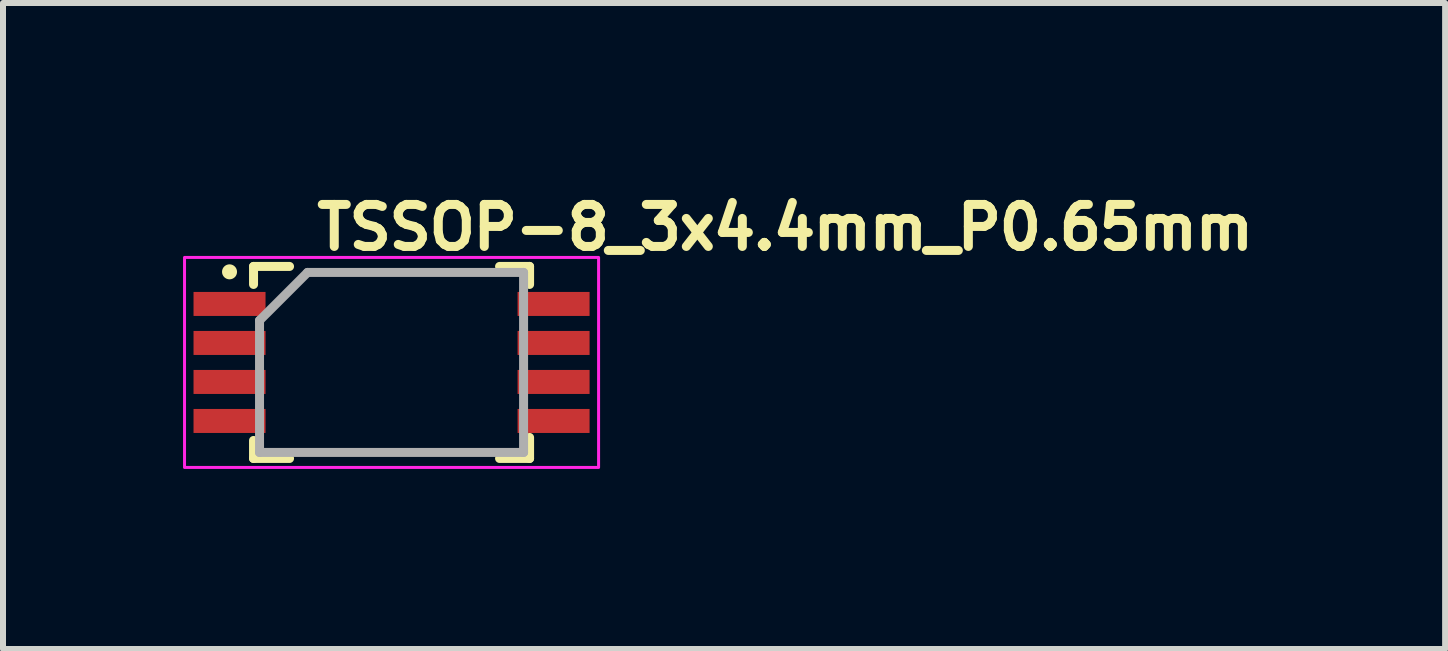
<source format=kicad_pcb>
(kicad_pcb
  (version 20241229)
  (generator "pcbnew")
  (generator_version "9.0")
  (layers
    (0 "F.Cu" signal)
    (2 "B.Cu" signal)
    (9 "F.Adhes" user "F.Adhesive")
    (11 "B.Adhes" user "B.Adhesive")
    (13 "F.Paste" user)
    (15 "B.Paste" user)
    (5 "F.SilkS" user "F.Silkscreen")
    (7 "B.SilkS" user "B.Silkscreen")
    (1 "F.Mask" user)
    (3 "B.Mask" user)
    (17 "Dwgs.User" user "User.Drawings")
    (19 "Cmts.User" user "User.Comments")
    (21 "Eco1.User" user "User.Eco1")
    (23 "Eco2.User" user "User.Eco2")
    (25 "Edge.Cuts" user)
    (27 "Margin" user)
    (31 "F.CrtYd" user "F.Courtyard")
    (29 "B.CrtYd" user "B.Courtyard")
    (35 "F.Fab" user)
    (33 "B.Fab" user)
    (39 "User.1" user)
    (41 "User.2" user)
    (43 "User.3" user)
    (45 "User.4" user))
  (footprint "TSSOP-8_3x4.4mm_P0.65mm"
    (layer "F.Cu")
    (at 3.475 2.99)
    (property "Reference" "TSSOP-8_3x4.4mm_P0.65mm" (at -1.32 -1.84 0) (layer "F.SilkS") (effects (font (size 0.7 0.7) (thickness 0.15)) (justify left bottom)))
    (attr smd)
    (fp_line (start -2.3 -1.6) (end -1.7 -1.6) (stroke (width 0.15) (type solid)) (layer "F.SilkS"))
    (fp_line (start -2.3 -1.3) (end -2.3 -1.6) (stroke (width 0.15) (type solid)) (layer "F.SilkS"))
    (fp_line (start -2.3 1.3) (end -2.3 1.6) (stroke (width 0.15) (type solid)) (layer "F.SilkS"))
    (fp_line (start -2.3 1.6) (end -1.7 1.6) (stroke (width 0.15) (type solid)) (layer "F.SilkS"))
    (fp_line (start 2.3 -1.6) (end 1.8 -1.6) (stroke (width 0.15) (type solid)) (layer "F.SilkS"))
    (fp_line (start 2.3 -1.3) (end 2.3 -1.6) (stroke (width 0.15) (type solid)) (layer "F.SilkS"))
    (fp_line (start 2.3 1.25) (end 2.3 1.6) (stroke (width 0.15) (type solid)) (layer "F.SilkS"))
    (fp_line (start 2.3 1.6) (end 1.8 1.6) (stroke (width 0.15) (type solid)) (layer "F.SilkS"))
    (fp_circle (center -2.7 -1.51) (end -2.65 -1.51) (stroke (width 0.15) (type solid)) (fill yes) (layer "F.SilkS"))
    (fp_rect (start -3.45 -1.75) (end 3.45 1.75) (stroke (width 0.05) (type solid)) (fill no) (layer "F.CrtYd"))
    (fp_line (start -2.2 -0.7) (end -2.2 1.5) (stroke (width 0.15) (type solid)) (layer "F.Fab"))
    (fp_line (start -2.2 -0.7) (end -1.4 -1.5) (stroke (width 0.15) (type solid)) (layer "F.Fab"))
    (fp_line (start -2.2 1.5) (end 2.2 1.5) (stroke (width 0.15) (type solid)) (layer "F.Fab"))
    (fp_line (start -1.4 -1.5) (end 2.2 -1.5) (stroke (width 0.15) (type solid)) (layer "F.Fab"))
    (fp_line (start 2.2 -1.5) (end 2.2 1.5) (stroke (width 0.15) (type solid)) (layer "F.Fab"))
    (fp_rect (start -3.2 -1.5) (end 3.2 1.5) (stroke (width 0.1) (type solid)) (fill no) (layer "User.5"))
    (fp_line (start -3.2 -1.1) (end -3.2 -0.85) (stroke (width 0.02) (type solid)) (layer "User.9"))
    (fp_line (start -3.2 -1.1) (end -2.698 -1.1) (stroke (width 0.02) (type solid)) (layer "User.9"))
    (fp_line (start -3.2 -0.45) (end -3.2 -0.2) (stroke (width 0.02) (type solid)) (layer "User.9"))
    (fp_line (start -3.2 -0.45) (end -2.698 -0.45) (stroke (width 0.02) (type solid)) (layer "User.9"))
    (fp_line (start -3.2 0.2) (end -3.2 0.45) (stroke (width 0.02) (type solid)) (layer "User.9"))
    (fp_line (start -3.2 0.2) (end -2.698 0.2) (stroke (width 0.02) (type solid)) (layer "User.9"))
    (fp_line (start -3.2 0.85) (end -3.2 1.1) (stroke (width 0.02) (type solid)) (layer "User.9"))
    (fp_line (start -3.2 0.85) (end -2.698 0.85) (stroke (width 0.02) (type solid)) (layer "User.9"))
    (fp_line (start -2.698 -1.1) (end -2.625 -1.1) (stroke (width 0.02) (type solid)) (layer "User.9"))
    (fp_line (start -2.698 -0.85) (end -3.2 -0.85) (stroke (width 0.02) (type solid)) (layer "User.9"))
    (fp_line (start -2.698 -0.45) (end -2.625 -0.45) (stroke (width 0.02) (type solid)) (layer "User.9"))
    (fp_line (start -2.698 -0.2) (end -3.2 -0.2) (stroke (width 0.02) (type solid)) (layer "User.9"))
    (fp_line (start -2.698 0.2) (end -2.625 0.2) (stroke (width 0.02) (type solid)) (layer "User.9"))
    (fp_line (start -2.698 0.45) (end -3.2 0.45) (stroke (width 0.02) (type solid)) (layer "User.9"))
    (fp_line (start -2.698 0.85) (end -2.625 0.85) (stroke (width 0.02) (type solid)) (layer "User.9"))
    (fp_line (start -2.698 1.1) (end -3.2 1.1) (stroke (width 0.02) (type solid)) (layer "User.9"))
    (fp_line (start -2.625 -1.1) (end -2.509 -1.1) (stroke (width 0.02) (type solid)) (layer "User.9"))
    (fp_line (start -2.625 -0.85) (end -2.698 -0.85) (stroke (width 0.02) (type solid)) (layer "User.9"))
    (fp_line (start -2.625 -0.45) (end -2.509 -0.45) (stroke (width 0.02) (type solid)) (layer "User.9"))
    (fp_line (start -2.625 -0.2) (end -2.698 -0.2) (stroke (width 0.02) (type solid)) (layer "User.9"))
    (fp_line (start -2.625 0.2) (end -2.509 0.2) (stroke (width 0.02) (type solid)) (layer "User.9"))
    (fp_line (start -2.625 0.45) (end -2.698 0.45) (stroke (width 0.02) (type solid)) (layer "User.9"))
    (fp_line (start -2.625 0.85) (end -2.509 0.85) (stroke (width 0.02) (type solid)) (layer "User.9"))
    (fp_line (start -2.625 1.1) (end -2.698 1.1) (stroke (width 0.02) (type solid)) (layer "User.9"))
    (fp_line (start -2.509 -0.85) (end -2.625 -0.85) (stroke (width 0.02) (type solid)) (layer "User.9"))
    (fp_line (start -2.509 -0.2) (end -2.625 -0.2) (stroke (width 0.02) (type solid)) (layer "User.9"))
    (fp_line (start -2.509 0.45) (end -2.625 0.45) (stroke (width 0.02) (type solid)) (layer "User.9"))
    (fp_line (start -2.509 1.1) (end -2.625 1.1) (stroke (width 0.02) (type solid)) (layer "User.9"))
    (fp_line (start -2.364 -1.1) (end -2.509 -1.1) (stroke (width 0.02) (type solid)) (layer "User.9"))
    (fp_line (start -2.364 -1.1) (end -2.1 -1.1) (stroke (width 0.02) (type solid)) (layer "User.9"))
    (fp_line (start -2.364 -0.85) (end -2.509 -0.85) (stroke (width 0.02) (type solid)) (layer "User.9"))
    (fp_line (start -2.364 -0.45) (end -2.509 -0.45) (stroke (width 0.02) (type solid)) (layer "User.9"))
    (fp_line (start -2.364 -0.45) (end -2.1 -0.45) (stroke (width 0.02) (type solid)) (layer "User.9"))
    (fp_line (start -2.364 -0.2) (end -2.509 -0.2) (stroke (width 0.02) (type solid)) (layer "User.9"))
    (fp_line (start -2.364 0.2) (end -2.509 0.2) (stroke (width 0.02) (type solid)) (layer "User.9"))
    (fp_line (start -2.364 0.2) (end -2.1 0.2) (stroke (width 0.02) (type solid)) (layer "User.9"))
    (fp_line (start -2.364 0.45) (end -2.509 0.45) (stroke (width 0.02) (type solid)) (layer "User.9"))
    (fp_line (start -2.364 0.85) (end -2.509 0.85) (stroke (width 0.02) (type solid)) (layer "User.9"))
    (fp_line (start -2.364 0.85) (end -2.1 0.85) (stroke (width 0.02) (type solid)) (layer "User.9"))
    (fp_line (start -2.364 1.1) (end -2.509 1.1) (stroke (width 0.02) (type solid)) (layer "User.9"))
    (fp_line (start -2.2 -1.5) (end -2.1 -1.4) (stroke (width 0.02) (type solid)) (layer "User.9"))
    (fp_line (start -2.2 -1.5) (end 2.2 -1.5) (stroke (width 0.02) (type solid)) (layer "User.9"))
    (fp_line (start -2.2 -1.1) (end -2.2 -1.5) (stroke (width 0.02) (type solid)) (layer "User.9"))
    (fp_line (start -2.2 -0.45) (end -2.2 -0.85) (stroke (width 0.02) (type solid)) (layer "User.9"))
    (fp_line (start -2.2 0.2) (end -2.2 -0.2) (stroke (width 0.02) (type solid)) (layer "User.9"))
    (fp_line (start -2.2 0.85) (end -2.2 0.45) (stroke (width 0.02) (type solid)) (layer "User.9"))
    (fp_line (start -2.2 1.5) (end -2.2 1.1) (stroke (width 0.02) (type solid)) (layer "User.9"))
    (fp_line (start -2.2 1.5) (end -2.1 1.4) (stroke (width 0.02) (type solid)) (layer "User.9"))
    (fp_line (start -2.1 -1.4) (end 2.1 -1.4) (stroke (width 0.02) (type solid)) (layer "User.9"))
    (fp_line (start -2.1 -0.85) (end -2.364 -0.85) (stroke (width 0.02) (type solid)) (layer "User.9"))
    (fp_line (start -2.1 -0.2) (end -2.364 -0.2) (stroke (width 0.02) (type solid)) (layer "User.9"))
    (fp_line (start -2.1 0.45) (end -2.364 0.45) (stroke (width 0.02) (type solid)) (layer "User.9"))
    (fp_line (start -2.1 1.1) (end -2.364 1.1) (stroke (width 0.02) (type solid)) (layer "User.9"))
    (fp_line (start -2.1 1.4) (end -2.1 -1.4) (stroke (width 0.02) (type solid)) (layer "User.9"))
    (fp_line (start 2.1 -1.4) (end 2.1 1.4) (stroke (width 0.02) (type solid)) (layer "User.9"))
    (fp_line (start 2.1 -1.1) (end 2.364 -1.1) (stroke (width 0.02) (type solid)) (layer "User.9"))
    (fp_line (start 2.1 -0.85) (end 2.364 -0.85) (stroke (width 0.02) (type solid)) (layer "User.9"))
    (fp_line (start 2.1 -0.45) (end 2.364 -0.45) (stroke (width 0.02) (type solid)) (layer "User.9"))
    (fp_line (start 2.1 -0.2) (end 2.364 -0.2) (stroke (width 0.02) (type solid)) (layer "User.9"))
    (fp_line (start 2.1 0.2) (end 2.364 0.2) (stroke (width 0.02) (type solid)) (layer "User.9"))
    (fp_line (start 2.1 0.45) (end 2.364 0.45) (stroke (width 0.02) (type solid)) (layer "User.9"))
    (fp_line (start 2.1 0.85) (end 2.364 0.85) (stroke (width 0.02) (type solid)) (layer "User.9"))
    (fp_line (start 2.1 1.1) (end 2.364 1.1) (stroke (width 0.02) (type solid)) (layer "User.9"))
    (fp_line (start 2.1 1.4) (end -2.1 1.4) (stroke (width 0.02) (type solid)) (layer "User.9"))
    (fp_line (start 2.1 1.4) (end 2.2 1.5) (stroke (width 0.02) (type solid)) (layer "User.9"))
    (fp_line (start 2.2 -1.5) (end 2.1 -1.4) (stroke (width 0.02) (type solid)) (layer "User.9"))
    (fp_line (start 2.2 -1.5) (end 2.2 -1.1) (stroke (width 0.02) (type solid)) (layer "User.9"))
    (fp_line (start 2.2 -0.85) (end 2.2 -0.45) (stroke (width 0.02) (type solid)) (layer "User.9"))
    (fp_line (start 2.2 -0.2) (end 2.2 0.2) (stroke (width 0.02) (type solid)) (layer "User.9"))
    (fp_line (start 2.2 0.45) (end 2.2 0.85) (stroke (width 0.02) (type solid)) (layer "User.9"))
    (fp_line (start 2.2 1.1) (end 2.2 1.5) (stroke (width 0.02) (type solid)) (layer "User.9"))
    (fp_line (start 2.2 1.5) (end -2.2 1.5) (stroke (width 0.02) (type solid)) (layer "User.9"))
    (fp_line (start 2.364 -1.1) (end 2.509 -1.1) (stroke (width 0.02) (type solid)) (layer "User.9"))
    (fp_line (start 2.364 -0.85) (end 2.509 -0.85) (stroke (width 0.02) (type solid)) (layer "User.9"))
    (fp_line (start 2.364 -0.45) (end 2.509 -0.45) (stroke (width 0.02) (type solid)) (layer "User.9"))
    (fp_line (start 2.364 -0.2) (end 2.509 -0.2) (stroke (width 0.02) (type solid)) (layer "User.9"))
    (fp_line (start 2.364 0.2) (end 2.509 0.2) (stroke (width 0.02) (type solid)) (layer "User.9"))
    (fp_line (start 2.364 0.45) (end 2.509 0.45) (stroke (width 0.02) (type solid)) (layer "User.9"))
    (fp_line (start 2.364 0.85) (end 2.509 0.85) (stroke (width 0.02) (type solid)) (layer "User.9"))
    (fp_line (start 2.364 1.1) (end 2.509 1.1) (stroke (width 0.02) (type solid)) (layer "User.9"))
    (fp_line (start 2.509 -1.1) (end 2.625 -1.1) (stroke (width 0.02) (type solid)) (layer "User.9"))
    (fp_line (start 2.509 -0.85) (end 2.625 -0.85) (stroke (width 0.02) (type solid)) (layer "User.9"))
    (fp_line (start 2.509 -0.45) (end 2.625 -0.45) (stroke (width 0.02) (type solid)) (layer "User.9"))
    (fp_line (start 2.509 -0.2) (end 2.625 -0.2) (stroke (width 0.02) (type solid)) (layer "User.9"))
    (fp_line (start 2.509 0.2) (end 2.625 0.2) (stroke (width 0.02) (type solid)) (layer "User.9"))
    (fp_line (start 2.509 0.45) (end 2.625 0.45) (stroke (width 0.02) (type solid)) (layer "User.9"))
    (fp_line (start 2.509 0.85) (end 2.625 0.85) (stroke (width 0.02) (type solid)) (layer "User.9"))
    (fp_line (start 2.509 1.1) (end 2.625 1.1) (stroke (width 0.02) (type solid)) (layer "User.9"))
    (fp_line (start 2.625 -1.1) (end 2.698 -1.1) (stroke (width 0.02) (type solid)) (layer "User.9"))
    (fp_line (start 2.625 -0.45) (end 2.698 -0.45) (stroke (width 0.02) (type solid)) (layer "User.9"))
    (fp_line (start 2.625 0.2) (end 2.698 0.2) (stroke (width 0.02) (type solid)) (layer "User.9"))
    (fp_line (start 2.625 0.85) (end 2.698 0.85) (stroke (width 0.02) (type solid)) (layer "User.9"))
    (fp_line (start 2.698 -1.1) (end 3.2 -1.1) (stroke (width 0.02) (type solid)) (layer "User.9"))
    (fp_line (start 2.698 -0.85) (end 2.625 -0.85) (stroke (width 0.02) (type solid)) (layer "User.9"))
    (fp_line (start 2.698 -0.85) (end 3.2 -0.85) (stroke (width 0.02) (type solid)) (layer "User.9"))
    (fp_line (start 2.698 -0.45) (end 3.2 -0.45) (stroke (width 0.02) (type solid)) (layer "User.9"))
    (fp_line (start 2.698 -0.2) (end 2.625 -0.2) (stroke (width 0.02) (type solid)) (layer "User.9"))
    (fp_line (start 2.698 -0.2) (end 3.2 -0.2) (stroke (width 0.02) (type solid)) (layer "User.9"))
    (fp_line (start 2.698 0.2) (end 3.2 0.2) (stroke (width 0.02) (type solid)) (layer "User.9"))
    (fp_line (start 2.698 0.45) (end 2.625 0.45) (stroke (width 0.02) (type solid)) (layer "User.9"))
    (fp_line (start 2.698 0.45) (end 3.2 0.45) (stroke (width 0.02) (type solid)) (layer "User.9"))
    (fp_line (start 2.698 0.85) (end 3.2 0.85) (stroke (width 0.02) (type solid)) (layer "User.9"))
    (fp_line (start 2.698 1.1) (end 2.625 1.1) (stroke (width 0.02) (type solid)) (layer "User.9"))
    (fp_line (start 2.698 1.1) (end 3.2 1.1) (stroke (width 0.02) (type solid)) (layer "User.9"))
    (fp_line (start 3.2 -1.1) (end 3.2 -0.85) (stroke (width 0.02) (type solid)) (layer "User.9"))
    (fp_line (start 3.2 -0.45) (end 3.2 -0.2) (stroke (width 0.02) (type solid)) (layer "User.9"))
    (fp_line (start 3.2 0.2) (end 3.2 0.45) (stroke (width 0.02) (type solid)) (layer "User.9"))
    (fp_line (start 3.2 0.85) (end 3.2 1.1) (stroke (width 0.02) (type solid)) (layer "User.9"))
    (fp_circle (center -1.07 -0.84) (end -0.74 -0.84) (stroke (width 0.02) (type solid)) (fill no) (layer "User.9"))
    (pad "1" smd rect (at -2.7 -0.975) (size 1.2 0.4) (layers "F.Cu" "F.Mask" "F.Paste"))
    (pad "2" smd rect (at -2.7 -0.325) (size 1.2 0.4) (layers "F.Cu" "F.Mask" "F.Paste"))
    (pad "3" smd rect (at -2.7 0.325) (size 1.2 0.4) (layers "F.Cu" "F.Mask" "F.Paste"))
    (pad "4" smd rect (at -2.7 0.975) (size 1.2 0.4) (layers "F.Cu" "F.Mask" "F.Paste"))
    (pad "5" smd rect (at 2.7 0.975) (size 1.2 0.4) (layers "F.Cu" "F.Mask" "F.Paste"))
    (pad "6" smd rect (at 2.7 0.325) (size 1.2 0.4) (layers "F.Cu" "F.Mask" "F.Paste"))
    (pad "7" smd rect (at 2.7 -0.325) (size 1.2 0.4) (layers "F.Cu" "F.Mask" "F.Paste"))
    (pad "8" smd rect (at 2.7 -0.975) (size 1.2 0.4) (layers "F.Cu" "F.Mask" "F.Paste")))
  (gr_rect
    (start -3 -3)
    (end 21.032 7.765)
    (stroke (width 0.1) (type default))
    (fill no)
    (layer "Edge.Cuts")))
</source>
